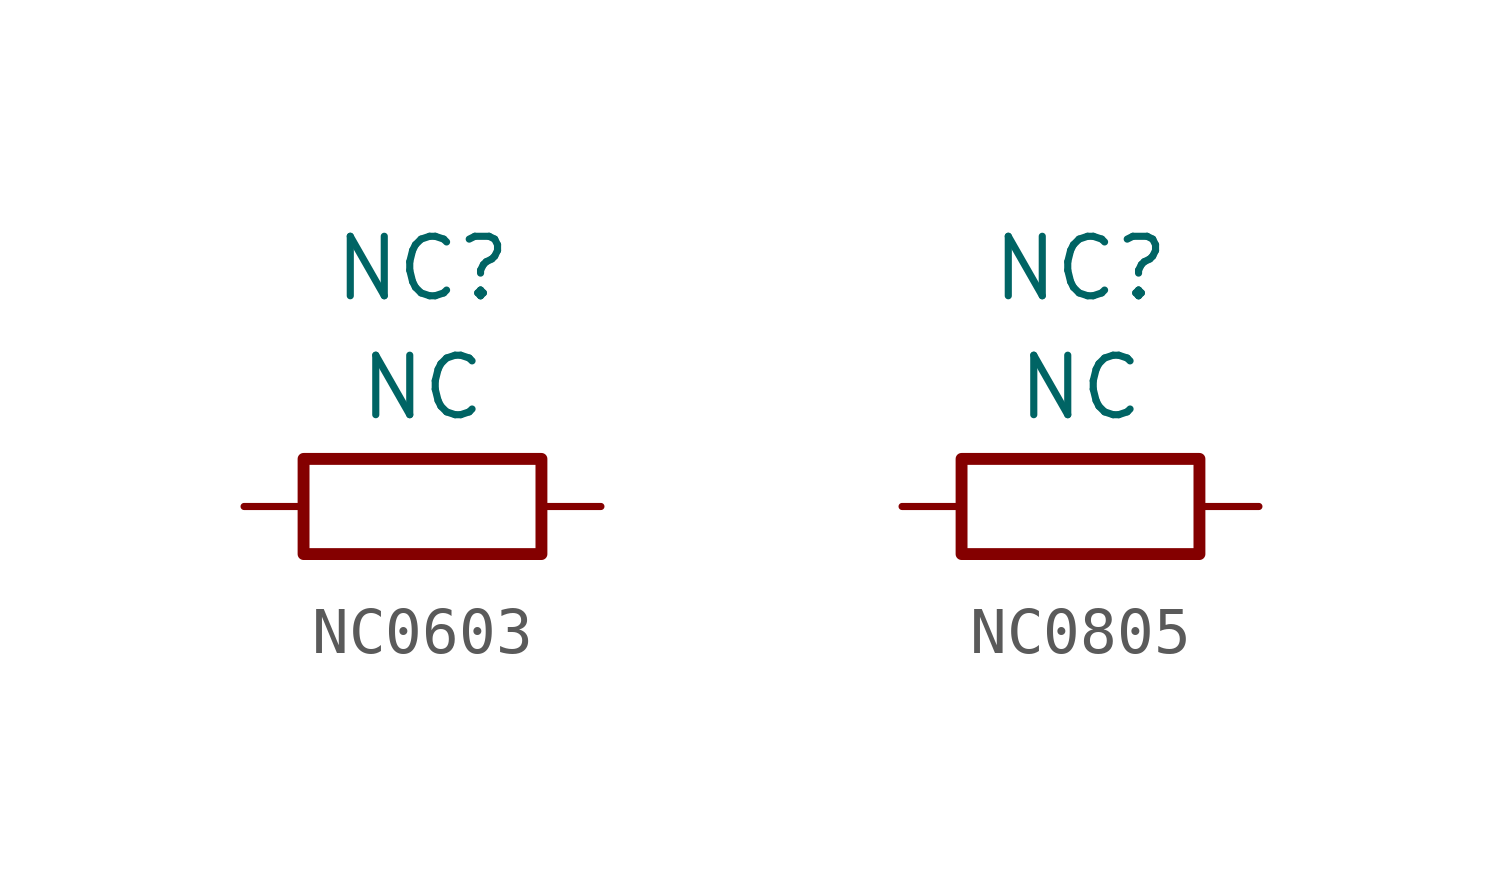
<source format=kicad_sym>
(kicad_symbol_lib
  (version 20220914)
  (generator kicad_symbol_editor)
  (symbol "NC0603"
    (pin_numbers hide)
    (pin_names
      (offset 0))
    (property "Reference" "NC"
      (at 0 5.08 0)
      (do_not_autoplace)
      (effects (font (size 1.27 1.27))))
    (property "Value" "NC"
      (at 0 2.54 0)
      (do_not_autoplace)
      (effects (font (size 1.27 1.27))))
    (symbol "NC0603_0_1"
      (rectangle (start 2.54 -1.016) (end -2.54 1.016) (stroke (width 0.254) (type default)) (fill (type none))))
    (symbol "NC0603_1_1"
      (pin passive line (at -3.81 0 0) (length 1.27) (name "~" (effects (font (size 1.27 1.27)))) (number "1" (effects (font (size 1.27 1.27)))))
      (pin passive line (at 3.81 0 180) (length 1.27) (name "~" (effects (font (size 1.27 1.27)))) (number "2" (effects (font (size 1.27 1.27)))))))
  (symbol "NC0805"
    (pin_numbers hide)
    (pin_names
      (offset 0))
    (property "Reference" "NC"
      (at 0 5.08 0)
      (do_not_autoplace)
      (effects (font (size 1.27 1.27))))
    (property "Value" "NC"
      (at 0 2.54 0)
      (do_not_autoplace)
      (effects (font (size 1.27 1.27))))
    (symbol "NC0805_0_1"
      (rectangle (start 2.54 -1.016) (end -2.54 1.016) (stroke (width 0.254) (type default)) (fill (type none))))
    (symbol "NC0805_1_1"
      (pin passive line (at -3.81 0 0) (length 1.27) (name "~" (effects (font (size 1.27 1.27)))) (number "1" (effects (font (size 1.27 1.27)))))
      (pin passive line (at 3.81 0 180) (length 1.27) (name "~" (effects (font (size 1.27 1.27)))) (number "2" (effects (font (size 1.27 1.27))))))))
</source>
